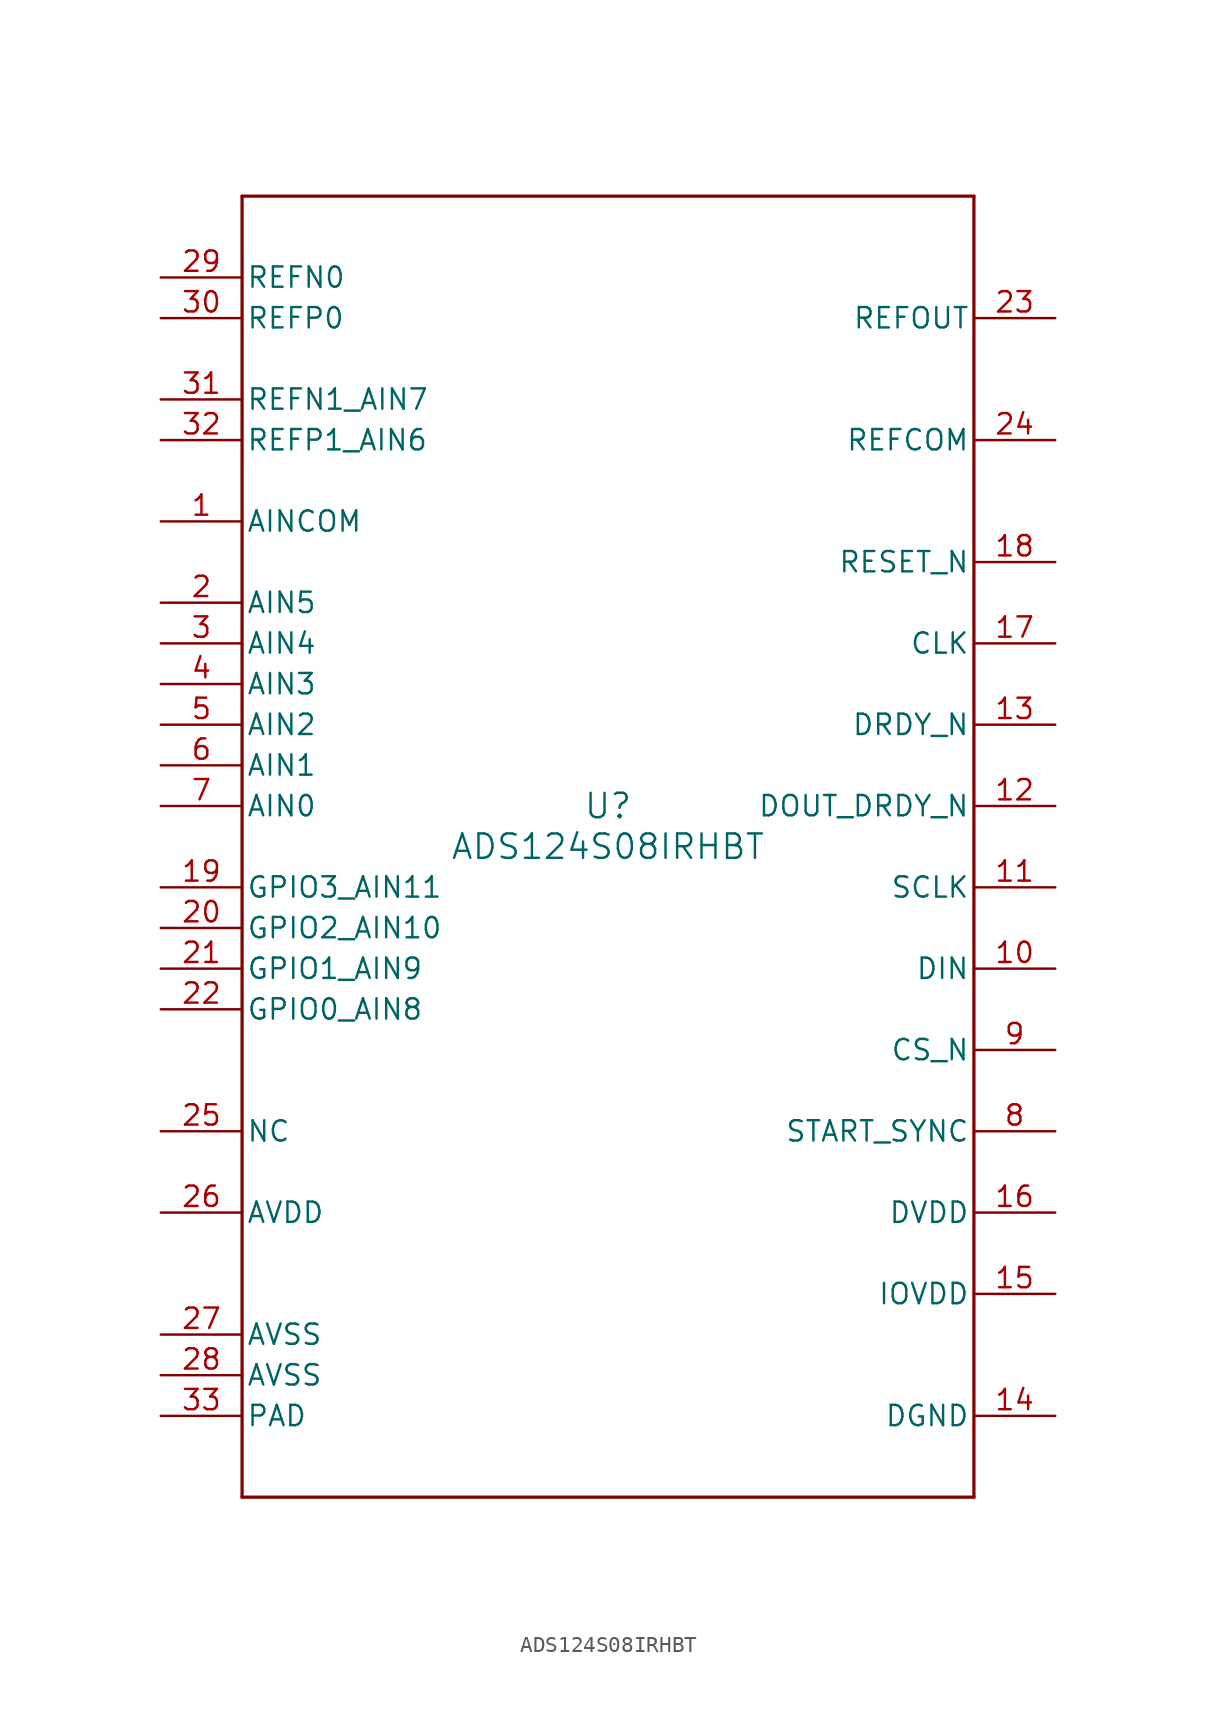
<source format=kicad_sym>
(kicad_symbol_lib
  (version 20211014)
  (generator kicad_symbol_editor)
  (symbol "ADS124S08IRHBT"
    (pin_names
      (offset 0.254))
    (property "Reference" "U"
      (at 0 2.54 0)
      (effects (font (size 1.524 1.524))))
    (property "Value" "ADS124S08IRHBT"
      (at 0 0 0)
      (effects (font (size 1.524 1.524))))
    (symbol "ADS124S08IRHBT_0_1"
      (polyline (pts (xy -22.86 -40.64) (xy 22.86 -40.64)) (stroke (width 0.203) (type default) (color 0 0 0 0)) (fill (type none)))
      (polyline (pts (xy 22.86 -40.64) (xy 22.86 40.64)) (stroke (width 0.203) (type default) (color 0 0 0 0)) (fill (type none)))
      (polyline (pts (xy 22.86 40.64) (xy -22.86 40.64)) (stroke (width 0.203) (type default) (color 0 0 0 0)) (fill (type none)))
      (polyline (pts (xy -22.86 40.64) (xy -22.86 -40.64)) (stroke (width 0.203) (type default) (color 0 0 0 0)) (fill (type none)))
      (pin input line (at -27.94 20.32 0) (length 5.08) (name "AINCOM" (effects (font (size 1.27 1.27)))) (number "1" (effects (font (size 1.27 1.27)))))
      (pin input line (at -27.94 15.24 0) (length 5.08) (name "AIN5" (effects (font (size 1.27 1.27)))) (number "2" (effects (font (size 1.27 1.27)))))
      (pin input line (at -27.94 12.7 0) (length 5.08) (name "AIN4" (effects (font (size 1.27 1.27)))) (number "3" (effects (font (size 1.27 1.27)))))
      (pin input line (at -27.94 10.16 0) (length 5.08) (name "AIN3" (effects (font (size 1.27 1.27)))) (number "4" (effects (font (size 1.27 1.27)))))
      (pin input line (at -27.94 7.62 0) (length 5.08) (name "AIN2" (effects (font (size 1.27 1.27)))) (number "5" (effects (font (size 1.27 1.27)))))
      (pin input line (at -27.94 5.08 0) (length 5.08) (name "AIN1" (effects (font (size 1.27 1.27)))) (number "6" (effects (font (size 1.27 1.27)))))
      (pin input line (at -27.94 2.54 0) (length 5.08) (name "AIN0" (effects (font (size 1.27 1.27)))) (number "7" (effects (font (size 1.27 1.27)))))
      (pin input line (at 27.94 -17.78 180) (length 5.08) (name "START_SYNC" (effects (font (size 1.27 1.27)))) (number "8" (effects (font (size 1.27 1.27)))))
      (pin input line (at 27.94 -12.7 180) (length 5.08) (name "CS_N" (effects (font (size 1.27 1.27)))) (number "9" (effects (font (size 1.27 1.27)))))
      (pin input line (at 27.94 -7.62 180) (length 5.08) (name "DIN" (effects (font (size 1.27 1.27)))) (number "10" (effects (font (size 1.27 1.27)))))
      (pin input line (at 27.94 -2.54 180) (length 5.08) (name "SCLK" (effects (font (size 1.27 1.27)))) (number "11" (effects (font (size 1.27 1.27)))))
      (pin output line (at 27.94 2.54 180) (length 5.08) (name "DOUT_DRDY_N" (effects (font (size 1.27 1.27)))) (number "12" (effects (font (size 1.27 1.27)))))
      (pin output line (at 27.94 7.62 180) (length 5.08) (name "DRDY_N" (effects (font (size 1.27 1.27)))) (number "13" (effects (font (size 1.27 1.27)))))
      (pin power_in line (at 27.94 -35.56 180) (length 5.08) (name "DGND" (effects (font (size 1.27 1.27)))) (number "14" (effects (font (size 1.27 1.27)))))
      (pin power_in line (at 27.94 -27.94 180) (length 5.08) (name "IOVDD" (effects (font (size 1.27 1.27)))) (number "15" (effects (font (size 1.27 1.27)))))
      (pin power_in line (at 27.94 -22.86 180) (length 5.08) (name "DVDD" (effects (font (size 1.27 1.27)))) (number "16" (effects (font (size 1.27 1.27)))))
      (pin input line (at 27.94 12.7 180) (length 5.08) (name "CLK" (effects (font (size 1.27 1.27)))) (number "17" (effects (font (size 1.27 1.27)))))
      (pin input line (at 27.94 17.78 180) (length 5.08) (name "RESET_N" (effects (font (size 1.27 1.27)))) (number "18" (effects (font (size 1.27 1.27)))))
      (pin bidirectional line (at -27.94 -2.54 0) (length 5.08) (name "GPIO3_AIN11" (effects (font (size 1.27 1.27)))) (number "19" (effects (font (size 1.27 1.27)))))
      (pin bidirectional line (at -27.94 -5.08 0) (length 5.08) (name "GPIO2_AIN10" (effects (font (size 1.27 1.27)))) (number "20" (effects (font (size 1.27 1.27)))))
      (pin bidirectional line (at -27.94 -7.62 0) (length 5.08) (name "GPIO1_AIN9" (effects (font (size 1.27 1.27)))) (number "21" (effects (font (size 1.27 1.27)))))
      (pin bidirectional line (at -27.94 -10.16 0) (length 5.08) (name "GPIO0_AIN8" (effects (font (size 1.27 1.27)))) (number "22" (effects (font (size 1.27 1.27)))))
      (pin power_in line (at 27.94 33.02 180) (length 5.08) (name "REFOUT" (effects (font (size 1.27 1.27)))) (number "23" (effects (font (size 1.27 1.27)))))
      (pin power_in line (at 27.94 25.4 180) (length 5.08) (name "REFCOM" (effects (font (size 1.27 1.27)))) (number "24" (effects (font (size 1.27 1.27)))))
      (pin unspecified line (at -27.94 -17.78 0) (length 5.08) (name "NC" (effects (font (size 1.27 1.27)))) (number "25" (effects (font (size 1.27 1.27)))))
      (pin power_in line (at -27.94 -22.86 0) (length 5.08) (name "AVDD" (effects (font (size 1.27 1.27)))) (number "26" (effects (font (size 1.27 1.27)))))
      (pin power_in line (at -27.94 -30.48 0) (length 5.08) (name "AVSS" (effects (font (size 1.27 1.27)))) (number "27" (effects (font (size 1.27 1.27)))))
      (pin power_in line (at -27.94 -33.02 0) (length 5.08) (name "AVSS" (effects (font (size 1.27 1.27)))) (number "28" (effects (font (size 1.27 1.27)))))
      (pin input line (at -27.94 35.56 0) (length 5.08) (name "REFN0" (effects (font (size 1.27 1.27)))) (number "29" (effects (font (size 1.27 1.27)))))
      (pin input line (at -27.94 33.02 0) (length 5.08) (name "REFP0" (effects (font (size 1.27 1.27)))) (number "30" (effects (font (size 1.27 1.27)))))
      (pin input line (at -27.94 27.94 0) (length 5.08) (name "REFN1_AIN7" (effects (font (size 1.27 1.27)))) (number "31" (effects (font (size 1.27 1.27)))))
      (pin input line (at -27.94 25.4 0) (length 5.08) (name "REFP1_AIN6" (effects (font (size 1.27 1.27)))) (number "32" (effects (font (size 1.27 1.27)))))
      (pin power_in line (at -27.94 -35.56 0) (length 5.08) (name "PAD" (effects (font (size 1.27 1.27)))) (number "33" (effects (font (size 1.27 1.27))))))))
</source>
